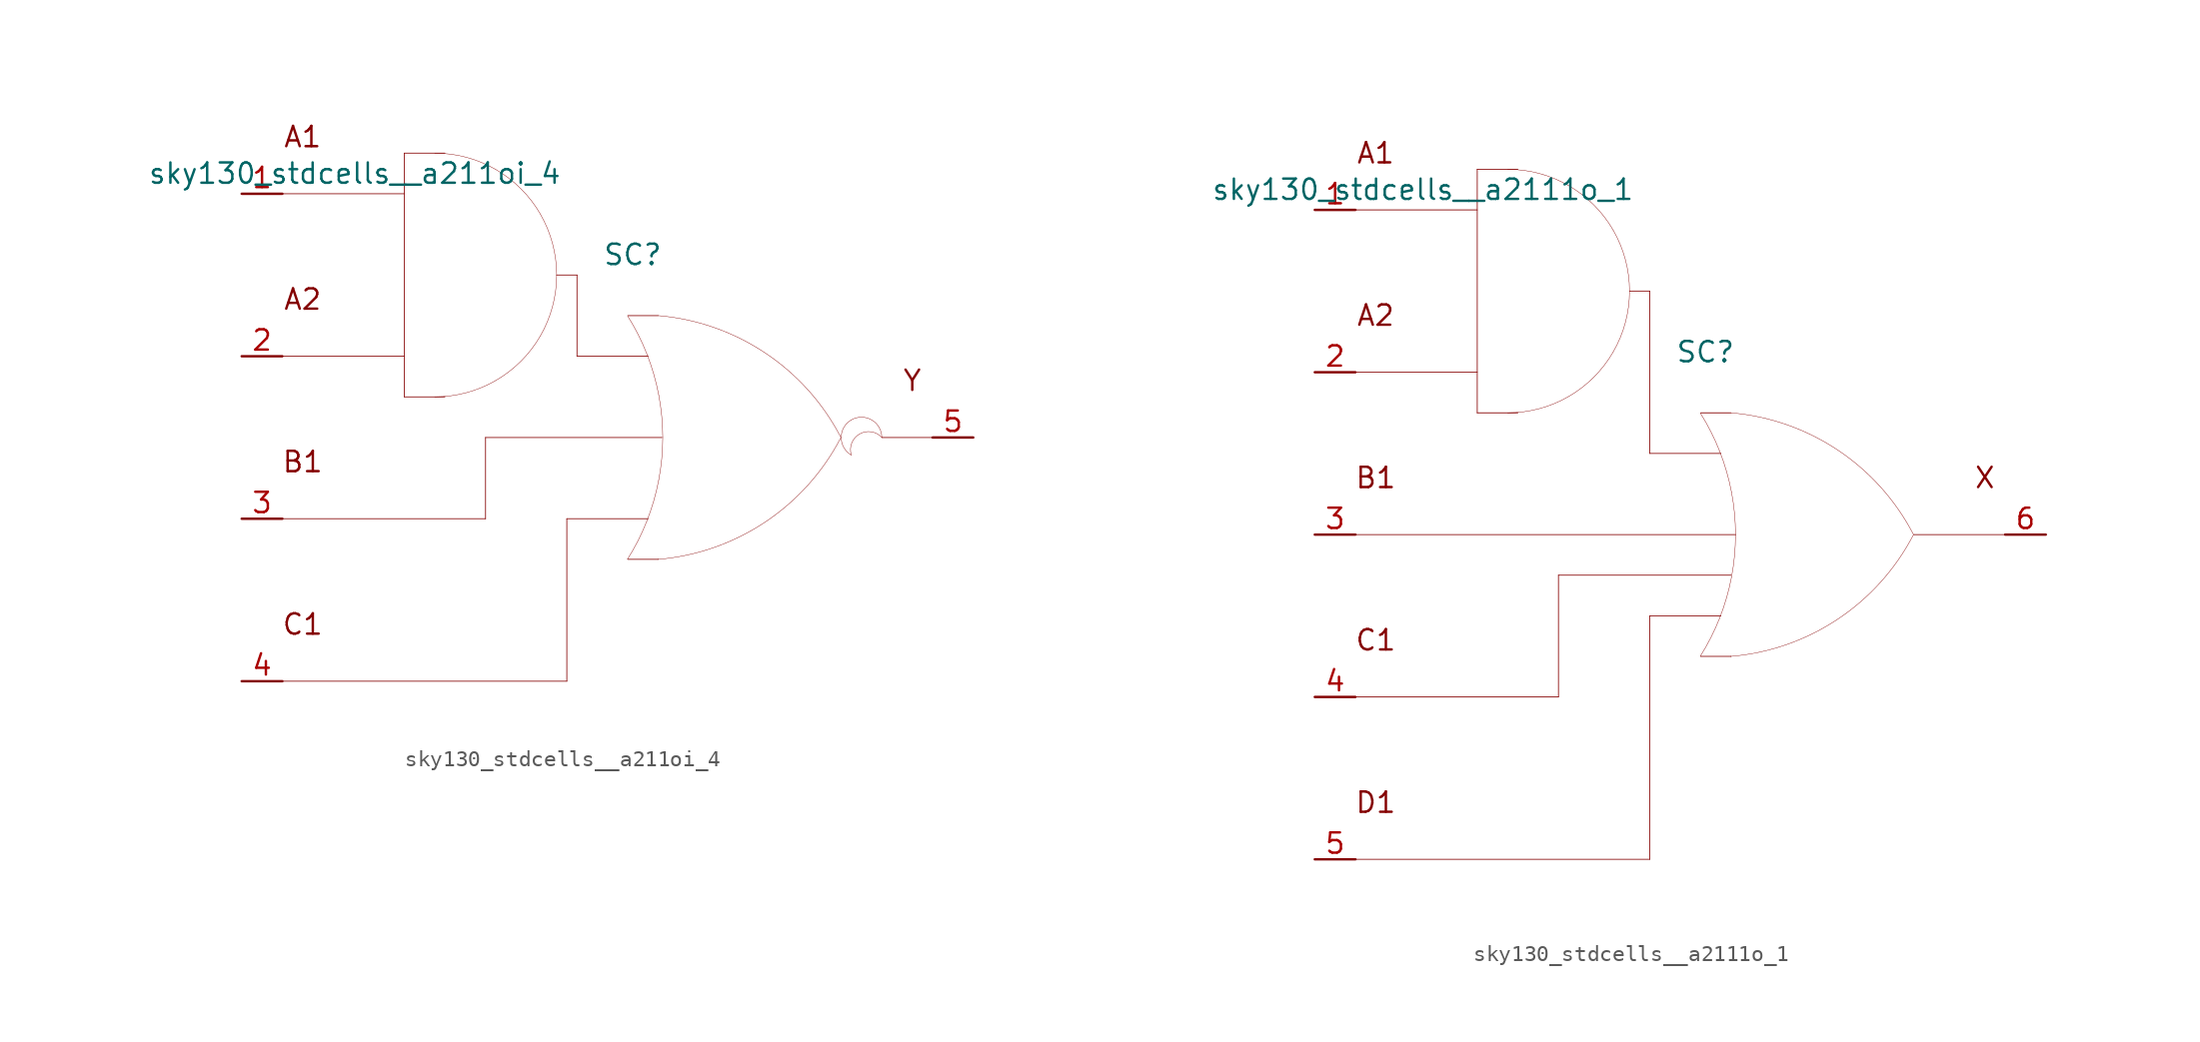
<source format=kicad_sym>
(kicad_symbol_lib
  (version 20211014)
  (generator kicad_symbol_editor)
  (symbol "sky130_stdcells__a211oi_4"
    (pin_names hide)
    (property "Reference" "SC"
      (at 1.575 11.43 0)
      (effects (font (size 1.27 1.27))))
    (property "Value" "sky130_stdcells__a211oi_4"
      (at -2.845 16.51 0)
      (effects (font (size 1.27 1.27)) (justify right)))
    (symbol "sky130_stdcells__a211oi_4_0_0"
      (arc (start -10.795 2.54) (mid -8.8228 2.7996) (end -6.985 3.5609) (stroke (width 0.0254) (type default) (color 0 0 0 0)) (fill (type none)))
      (arc (start -6.985 3.5609) (mid -5.4069 4.7719) (end -4.1959 6.35) (stroke (width 0.0254) (type default) (color 0 0 0 0)) (fill (type none)))
      (arc (start -6.985 16.7591) (mid -8.8228 17.5203) (end -10.795 17.78) (stroke (width 0.0254) (type default) (color 0 0 0 0)) (fill (type none)))
      (arc (start -4.1959 6.35) (mid -3.4347 8.1878) (end -3.175 10.16) (stroke (width 0.0254) (type default) (color 0 0 0 0)) (fill (type none)))
      (arc (start -4.1959 13.97) (mid -5.4069 15.5481) (end -6.985 16.7591) (stroke (width 0.0254) (type default) (color 0 0 0 0)) (fill (type none)))
      (arc (start -3.175 10.16) (mid -3.4346 12.1322) (end -4.1959 13.97) (stroke (width 0.0254) (type default) (color 0 0 0 0)) (fill (type none)))
      (polyline (pts (xy -20.32 -15.24) (xy -2.54 -15.24)) (stroke (width 0.051) (type default) (color 0 0 0 0)) (fill (type none)))
      (polyline (pts (xy -20.32 -5.08) (xy -7.62 -5.08)) (stroke (width 0.051) (type default) (color 0 0 0 0)) (fill (type none)))
      (polyline (pts (xy -20.32 5.08) (xy -12.7 5.08)) (stroke (width 0.051) (type default) (color 0 0 0 0)) (fill (type none)))
      (polyline (pts (xy -20.32 15.24) (xy -12.7 15.24)) (stroke (width 0.051) (type default) (color 0 0 0 0)) (fill (type none)))
      (polyline (pts (xy -12.7 2.54) (xy -10.16 2.54)) (stroke (width 0.051) (type default) (color 0 0 0 0)) (fill (type none)))
      (polyline (pts (xy -12.7 17.78) (xy -12.7 2.54)) (stroke (width 0.051) (type default) (color 0 0 0 0)) (fill (type none)))
      (polyline (pts (xy -12.7 17.78) (xy -10.16 17.78)) (stroke (width 0.051) (type default) (color 0 0 0 0)) (fill (type none)))
      (polyline (pts (xy -7.62 0) (xy -7.62 -5.08)) (stroke (width 0.051) (type default) (color 0 0 0 0)) (fill (type none)))
      (polyline (pts (xy -7.62 0) (xy 3.404 0)) (stroke (width 0.051) (type default) (color 0 0 0 0)) (fill (type none)))
      (polyline (pts (xy -3.175 10.16) (xy -1.905 10.16)) (stroke (width 0.051) (type default) (color 0 0 0 0)) (fill (type none)))
      (polyline (pts (xy -2.54 -5.08) (xy -2.54 -15.24)) (stroke (width 0.051) (type default) (color 0 0 0 0)) (fill (type none)))
      (polyline (pts (xy -2.54 -5.08) (xy 2.54 -5.08)) (stroke (width 0.051) (type default) (color 0 0 0 0)) (fill (type none)))
      (polyline (pts (xy -1.905 5.08) (xy 2.54 5.08)) (stroke (width 0.051) (type default) (color 0 0 0 0)) (fill (type none)))
      (polyline (pts (xy -1.905 10.16) (xy -1.905 5.08)) (stroke (width 0.051) (type default) (color 0 0 0 0)) (fill (type none)))
      (polyline (pts (xy 1.27 -7.62) (xy 3.175 -7.62)) (stroke (width 0.051) (type default) (color 0 0 0 0)) (fill (type none)))
      (polyline (pts (xy 1.27 7.62) (xy 3.175 7.62)) (stroke (width 0.051) (type default) (color 0 0 0 0)) (fill (type none)))
      (polyline (pts (xy 17.145 0) (xy 20.32 0)) (stroke (width 0.051) (type default) (color 0 0 0 0)) (fill (type none)))
      (arc (start 1.2495 -7.6142) (mid 1.907 -6.458) (end 2.4538 -5.2456) (stroke (width 0.0254) (type default) (color 0 0 0 0)) (fill (type none)))
      (arc (start 2.4538 -5.2456) (mid 2.8887 -3.9755) (end 3.202 -2.6701) (stroke (width 0.0254) (type default) (color 0 0 0 0)) (fill (type none)))
      (arc (start 2.472 5.1993) (mid 1.9238 6.4248) (end 1.2627 7.5932) (stroke (width 0.0254) (type default) (color 0 0 0 0)) (fill (type none)))
      (arc (start 3.1446 -7.6231) (mid 9.8386 -5.2986) (end 14.5755 -0.0284) (stroke (width 0.0254) (type default) (color 0 0 0 0)) (fill (type none)))
      (arc (start 3.202 -2.6701) (mid 3.3912 -1.341) (end 3.4544 0) (stroke (width 0.0254) (type default) (color 0 0 0 0)) (fill (type none)))
      (arc (start 3.2066 2.6456) (mid 2.8989 3.9396) (end 2.472 5.1993) (stroke (width 0.0254) (type default) (color 0 0 0 0)) (fill (type none)))
      (arc (start 3.4544 0) (mid 3.3923 1.3286) (end 3.2066 2.6456) (stroke (width 0.0254) (type default) (color 0 0 0 0)) (fill (type none)))
      (arc (start 14.5983 -0.0156) (mid 9.8798 5.271) (end 3.194 7.6189) (stroke (width 0.0254) (type default) (color 0 0 0 0)) (fill (type none)))
      (arc (start 15.24 1.0999) (mid 14.605 0) (end 15.24 -1.0999) (stroke (width 0.0254) (type default) (color 0 0 0 0)) (fill (type none)))
      (arc (start 17.145 0) (mid 15.2881 0.4743) (end 15.24 -1.0999) (stroke (width 0.0254) (type default) (color 0 0 0 0)) (fill (type none)))
      (arc (start 17.145 0) (mid 16.51 1.0998) (end 15.24 1.0999) (stroke (width 0.0254) (type default) (color 0 0 0 0)) (fill (type none)))
      (text "A1" (at -19.05 18.796 0) (effects (font (size 1.27 1.27))))
      (text "A2" (at -19.05 8.636 0) (effects (font (size 1.27 1.27))))
      (text "B1" (at -19.05 -1.524 0) (effects (font (size 1.27 1.27))))
      (text "C1" (at -19.05 -11.684 0) (effects (font (size 1.27 1.27))))
      (text "Y" (at 19.05 3.556 0) (effects (font (size 1.27 1.27)))))
    (symbol "sky130_stdcells__a211oi_4_1_1"
      (pin input line (at -22.86 15.24 0) (length 2.54) (name "A1" (effects (font (size 1.092 1.092)))) (number "1" (effects (font (size 1.27 1.27)))))
      (pin input line (at -22.86 5.08 0) (length 2.54) (name "A2" (effects (font (size 1.092 1.092)))) (number "2" (effects (font (size 1.27 1.27)))))
      (pin input line (at -22.86 -5.08 0) (length 2.54) (name "B1" (effects (font (size 1.092 1.092)))) (number "3" (effects (font (size 1.27 1.27)))))
      (pin input line (at -22.86 -15.24 0) (length 2.54) (name "C1" (effects (font (size 1.092 1.092)))) (number "4" (effects (font (size 1.27 1.27)))))
      (pin output line (at 22.86 0 180) (length 2.54) (name "Y" (effects (font (size 1.092 1.092)))) (number "5" (effects (font (size 1.27 1.27)))))))
  (symbol "sky130_stdcells__a2111o_1"
    (pin_names hide)
    (property "Reference" "SC"
      (at 1.575 11.43 0)
      (effects (font (size 1.27 1.27))))
    (property "Value" "sky130_stdcells__a2111o_1"
      (at -2.845 21.59 0)
      (effects (font (size 1.27 1.27)) (justify right)))
    (symbol "sky130_stdcells__a2111o_1_0_0"
      (arc (start -10.795 7.62) (mid -8.8228 7.8796) (end -6.985 8.6409) (stroke (width 0.0254) (type default) (color 0 0 0 0)) (fill (type none)))
      (arc (start -6.985 8.6409) (mid -5.4069 9.8519) (end -4.1959 11.43) (stroke (width 0.0254) (type default) (color 0 0 0 0)) (fill (type none)))
      (arc (start -6.985 21.8391) (mid -8.8228 22.6003) (end -10.795 22.86) (stroke (width 0.0254) (type default) (color 0 0 0 0)) (fill (type none)))
      (arc (start -4.1959 11.43) (mid -3.4347 13.2678) (end -3.175 15.24) (stroke (width 0.0254) (type default) (color 0 0 0 0)) (fill (type none)))
      (arc (start -4.1959 19.05) (mid -5.4069 20.6281) (end -6.985 21.8391) (stroke (width 0.0254) (type default) (color 0 0 0 0)) (fill (type none)))
      (arc (start -3.175 15.24) (mid -3.4346 17.2122) (end -4.1959 19.05) (stroke (width 0.0254) (type default) (color 0 0 0 0)) (fill (type none)))
      (polyline (pts (xy -20.32 -20.32) (xy -1.905 -20.32)) (stroke (width 0.051) (type default) (color 0 0 0 0)) (fill (type none)))
      (polyline (pts (xy -20.32 -10.16) (xy -7.62 -10.16)) (stroke (width 0.051) (type default) (color 0 0 0 0)) (fill (type none)))
      (polyline (pts (xy -20.32 0) (xy 3.454 0)) (stroke (width 0.051) (type default) (color 0 0 0 0)) (fill (type none)))
      (polyline (pts (xy -20.32 10.16) (xy -12.7 10.16)) (stroke (width 0.051) (type default) (color 0 0 0 0)) (fill (type none)))
      (polyline (pts (xy -20.32 20.32) (xy -12.7 20.32)) (stroke (width 0.051) (type default) (color 0 0 0 0)) (fill (type none)))
      (polyline (pts (xy -12.7 7.62) (xy -10.16 7.62)) (stroke (width 0.051) (type default) (color 0 0 0 0)) (fill (type none)))
      (polyline (pts (xy -12.7 22.86) (xy -12.7 7.62)) (stroke (width 0.051) (type default) (color 0 0 0 0)) (fill (type none)))
      (polyline (pts (xy -12.7 22.86) (xy -10.16 22.86)) (stroke (width 0.051) (type default) (color 0 0 0 0)) (fill (type none)))
      (polyline (pts (xy -7.62 -2.54) (xy -7.62 -10.16)) (stroke (width 0.051) (type default) (color 0 0 0 0)) (fill (type none)))
      (polyline (pts (xy -7.62 -2.54) (xy 3.175 -2.54)) (stroke (width 0.051) (type default) (color 0 0 0 0)) (fill (type none)))
      (polyline (pts (xy -3.175 15.24) (xy -1.905 15.24)) (stroke (width 0.051) (type default) (color 0 0 0 0)) (fill (type none)))
      (polyline (pts (xy -1.905 -5.08) (xy -1.905 -20.32)) (stroke (width 0.051) (type default) (color 0 0 0 0)) (fill (type none)))
      (polyline (pts (xy -1.905 -5.08) (xy 2.54 -5.08)) (stroke (width 0.051) (type default) (color 0 0 0 0)) (fill (type none)))
      (polyline (pts (xy -1.905 5.08) (xy 2.54 5.08)) (stroke (width 0.051) (type default) (color 0 0 0 0)) (fill (type none)))
      (polyline (pts (xy -1.905 15.24) (xy -1.905 5.08)) (stroke (width 0.051) (type default) (color 0 0 0 0)) (fill (type none)))
      (polyline (pts (xy 1.27 -7.62) (xy 3.175 -7.62)) (stroke (width 0.051) (type default) (color 0 0 0 0)) (fill (type none)))
      (polyline (pts (xy 1.27 7.62) (xy 3.175 7.62)) (stroke (width 0.051) (type default) (color 0 0 0 0)) (fill (type none)))
      (polyline (pts (xy 14.605 0) (xy 20.32 0)) (stroke (width 0.051) (type default) (color 0 0 0 0)) (fill (type none)))
      (arc (start 1.2495 -7.6142) (mid 1.907 -6.458) (end 2.4538 -5.2456) (stroke (width 0.0254) (type default) (color 0 0 0 0)) (fill (type none)))
      (arc (start 2.4538 -5.2456) (mid 2.8887 -3.9755) (end 3.202 -2.6701) (stroke (width 0.0254) (type default) (color 0 0 0 0)) (fill (type none)))
      (arc (start 2.472 5.1993) (mid 1.9238 6.4248) (end 1.2627 7.5932) (stroke (width 0.0254) (type default) (color 0 0 0 0)) (fill (type none)))
      (arc (start 3.1446 -7.6231) (mid 9.8386 -5.2986) (end 14.5755 -0.0284) (stroke (width 0.0254) (type default) (color 0 0 0 0)) (fill (type none)))
      (arc (start 3.202 -2.6701) (mid 3.3912 -1.341) (end 3.4544 0) (stroke (width 0.0254) (type default) (color 0 0 0 0)) (fill (type none)))
      (arc (start 3.2066 2.6456) (mid 2.8989 3.9396) (end 2.472 5.1993) (stroke (width 0.0254) (type default) (color 0 0 0 0)) (fill (type none)))
      (arc (start 3.4544 0) (mid 3.3923 1.3286) (end 3.2066 2.6456) (stroke (width 0.0254) (type default) (color 0 0 0 0)) (fill (type none)))
      (arc (start 14.5983 -0.0156) (mid 9.8798 5.271) (end 3.194 7.6189) (stroke (width 0.0254) (type default) (color 0 0 0 0)) (fill (type none)))
      (text "A1" (at -19.05 23.876 0) (effects (font (size 1.27 1.27))))
      (text "A2" (at -19.05 13.716 0) (effects (font (size 1.27 1.27))))
      (text "B1" (at -19.05 3.556 0) (effects (font (size 1.27 1.27))))
      (text "C1" (at -19.05 -6.604 0) (effects (font (size 1.27 1.27))))
      (text "D1" (at -19.05 -16.764 0) (effects (font (size 1.27 1.27))))
      (text "X" (at 19.05 3.556 0) (effects (font (size 1.27 1.27)))))
    (symbol "sky130_stdcells__a2111o_1_1_1"
      (pin input line (at -22.86 20.32 0) (length 2.54) (name "A1" (effects (font (size 1.092 1.092)))) (number "1" (effects (font (size 1.27 1.27)))))
      (pin input line (at -22.86 10.16 0) (length 2.54) (name "A2" (effects (font (size 1.092 1.092)))) (number "2" (effects (font (size 1.27 1.27)))))
      (pin input line (at -22.86 0 0) (length 2.54) (name "B1" (effects (font (size 1.092 1.092)))) (number "3" (effects (font (size 1.27 1.27)))))
      (pin input line (at -22.86 -10.16 0) (length 2.54) (name "C1" (effects (font (size 1.092 1.092)))) (number "4" (effects (font (size 1.27 1.27)))))
      (pin input line (at -22.86 -20.32 0) (length 2.54) (name "D1" (effects (font (size 1.092 1.092)))) (number "5" (effects (font (size 1.27 1.27)))))
      (pin output line (at 22.86 0 180) (length 2.54) (name "X" (effects (font (size 1.092 1.092)))) (number "6" (effects (font (size 1.27 1.27))))))))
</source>
